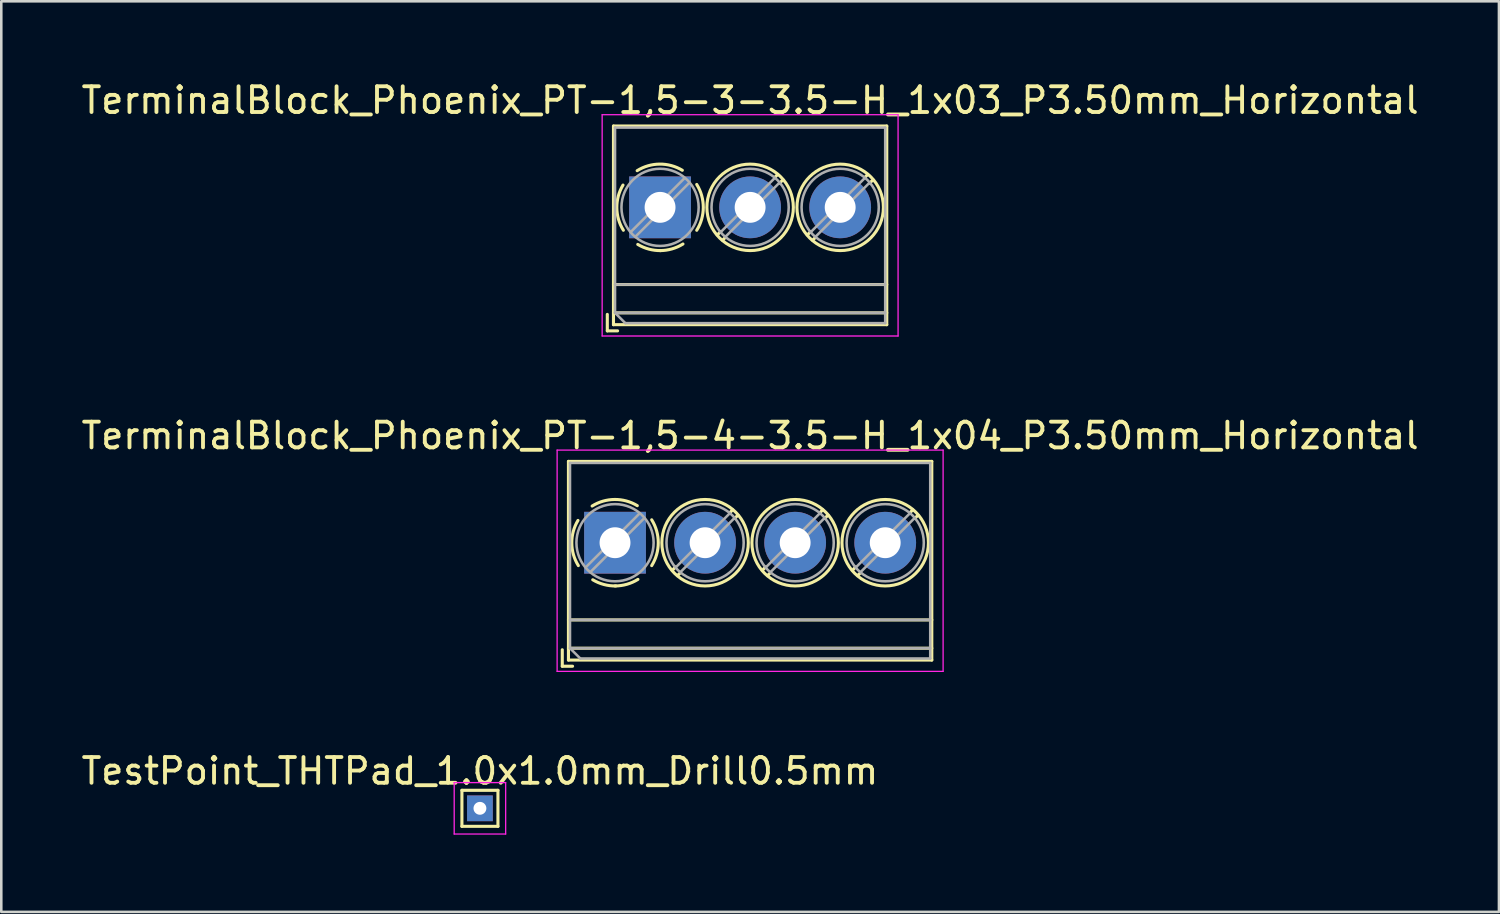
<source format=kicad_pcb>
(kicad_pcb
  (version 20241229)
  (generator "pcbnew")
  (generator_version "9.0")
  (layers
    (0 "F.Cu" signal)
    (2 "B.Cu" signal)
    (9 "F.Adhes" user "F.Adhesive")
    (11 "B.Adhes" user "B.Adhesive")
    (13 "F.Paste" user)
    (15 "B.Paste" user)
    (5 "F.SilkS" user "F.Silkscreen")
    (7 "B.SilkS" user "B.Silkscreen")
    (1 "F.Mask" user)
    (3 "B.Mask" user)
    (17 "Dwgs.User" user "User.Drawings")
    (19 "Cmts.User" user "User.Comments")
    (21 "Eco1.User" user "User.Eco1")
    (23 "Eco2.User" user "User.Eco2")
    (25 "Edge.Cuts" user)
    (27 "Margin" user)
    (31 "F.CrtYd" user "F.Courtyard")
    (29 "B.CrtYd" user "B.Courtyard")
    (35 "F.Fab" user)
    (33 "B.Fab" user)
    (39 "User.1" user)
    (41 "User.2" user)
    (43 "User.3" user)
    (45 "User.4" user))
  (footprint "TerminalBlock_Phoenix_PT-1,5-4-3.5-H_1x04_P3.50mm_Horizontal"
    (layer "F.Cu")
    (at 20.851 18.041)
    (property "Reference" "TerminalBlock_Phoenix_PT-1,5-4-3.5-H_1x04_P3.50mm_Horizontal" (at 5.25 -4.16 0) (layer "F.SilkS") (effects (font (size 1 1) (thickness 0.15))))
    (attr through_hole)
    (fp_line (start -2.05 4.16) (end -2.05 4.8) (stroke (width 0.12) (type solid)) (layer "F.SilkS"))
    (fp_line (start -2.05 4.8) (end -1.65 4.8) (stroke (width 0.12) (type solid)) (layer "F.SilkS"))
    (fp_line (start -1.81 -3.16) (end -1.81 4.56) (stroke (width 0.12) (type solid)) (layer "F.SilkS"))
    (fp_line (start -1.81 -3.16) (end 12.31 -3.16) (stroke (width 0.12) (type solid)) (layer "F.SilkS"))
    (fp_line (start -1.81 3) (end 12.31 3) (stroke (width 0.12) (type solid)) (layer "F.SilkS"))
    (fp_line (start -1.81 4.1) (end 12.31 4.1) (stroke (width 0.12) (type solid)) (layer "F.SilkS"))
    (fp_line (start -1.81 4.56) (end 12.31 4.56) (stroke (width 0.12) (type solid)) (layer "F.SilkS"))
    (fp_line (start 2.355 0.941) (end 2.226 1.069) (stroke (width 0.12) (type solid)) (layer "F.SilkS"))
    (fp_line (start 2.525 1.181) (end 2.431 1.274) (stroke (width 0.12) (type solid)) (layer "F.SilkS"))
    (fp_line (start 4.57 -1.275) (end 4.476 -1.181) (stroke (width 0.12) (type solid)) (layer "F.SilkS"))
    (fp_line (start 4.775 -1.069) (end 4.646 -0.941) (stroke (width 0.12) (type solid)) (layer "F.SilkS"))
    (fp_line (start 5.855 0.941) (end 5.726 1.069) (stroke (width 0.12) (type solid)) (layer "F.SilkS"))
    (fp_line (start 6.025 1.181) (end 5.931 1.274) (stroke (width 0.12) (type solid)) (layer "F.SilkS"))
    (fp_line (start 8.07 -1.275) (end 7.976 -1.181) (stroke (width 0.12) (type solid)) (layer "F.SilkS"))
    (fp_line (start 8.275 -1.069) (end 8.146 -0.941) (stroke (width 0.12) (type solid)) (layer "F.SilkS"))
    (fp_line (start 9.355 0.941) (end 9.226 1.069) (stroke (width 0.12) (type solid)) (layer "F.SilkS"))
    (fp_line (start 9.525 1.181) (end 9.431 1.274) (stroke (width 0.12) (type solid)) (layer "F.SilkS"))
    (fp_line (start 11.57 -1.275) (end 11.476 -1.181) (stroke (width 0.12) (type solid)) (layer "F.SilkS"))
    (fp_line (start 11.775 -1.069) (end 11.646 -0.941) (stroke (width 0.12) (type solid)) (layer "F.SilkS"))
    (fp_line (start 12.31 -3.16) (end 12.31 4.56) (stroke (width 0.12) (type solid)) (layer "F.SilkS"))
    (fp_arc (start -1.425358 0.889894) (mid -1.680286 0.014012) (end -1.44 -0.866) (stroke (width 0.12) (type solid)) (layer "F.SilkS"))
    (fp_arc (start -0.889894 -1.425358) (mid -0.014012 -1.680286) (end 0.866 -1.44) (stroke (width 0.12) (type solid)) (layer "F.SilkS"))
    (fp_arc (start 0.028674 1.680099) (mid -0.435535 1.622918) (end -0.866 1.44) (stroke (width 0.12) (type solid)) (layer "F.SilkS"))
    (fp_arc (start 0.890264 1.424721) (mid 0.463071 1.61492) (end 0 1.68) (stroke (width 0.12) (type solid)) (layer "F.SilkS"))
    (fp_arc (start 1.425504 -0.890193) (mid 1.680626 0.000476) (end 1.425 0.891) (stroke (width 0.12) (type solid)) (layer "F.SilkS"))
    (fp_circle (center 3.5 0) (end 5.18 0) (stroke (width 0.12) (type solid)) (fill no) (layer "F.SilkS"))
    (fp_circle (center 7 0) (end 8.68 0) (stroke (width 0.12) (type solid)) (fill no) (layer "F.SilkS"))
    (fp_circle (center 10.5 0) (end 12.18 0) (stroke (width 0.12) (type solid)) (fill no) (layer "F.SilkS"))
    (fp_line (start -2.25 -3.6) (end -2.25 5) (stroke (width 0.05) (type solid)) (layer "F.CrtYd"))
    (fp_line (start -2.25 5) (end 12.75 5) (stroke (width 0.05) (type solid)) (layer "F.CrtYd"))
    (fp_line (start 12.75 -3.6) (end -2.25 -3.6) (stroke (width 0.05) (type solid)) (layer "F.CrtYd"))
    (fp_line (start 12.75 5) (end 12.75 -3.6) (stroke (width 0.05) (type solid)) (layer "F.CrtYd"))
    (fp_line (start -1.75 -3.1) (end 12.25 -3.1) (stroke (width 0.1) (type solid)) (layer "F.Fab"))
    (fp_line (start -1.75 3) (end 12.25 3) (stroke (width 0.1) (type solid)) (layer "F.Fab"))
    (fp_line (start -1.75 4.1) (end -1.75 -3.1) (stroke (width 0.1) (type solid)) (layer "F.Fab"))
    (fp_line (start -1.75 4.1) (end 12.25 4.1) (stroke (width 0.1) (type solid)) (layer "F.Fab"))
    (fp_line (start -1.35 4.5) (end -1.75 4.1) (stroke (width 0.1) (type solid)) (layer "F.Fab"))
    (fp_line (start 0.955 -1.138) (end -1.138 0.955) (stroke (width 0.1) (type solid)) (layer "F.Fab"))
    (fp_line (start 1.138 -0.955) (end -0.955 1.138) (stroke (width 0.1) (type solid)) (layer "F.Fab"))
    (fp_line (start 4.455 -1.138) (end 2.363 0.955) (stroke (width 0.1) (type solid)) (layer "F.Fab"))
    (fp_line (start 4.638 -0.955) (end 2.546 1.138) (stroke (width 0.1) (type solid)) (layer "F.Fab"))
    (fp_line (start 7.955 -1.138) (end 5.863 0.955) (stroke (width 0.1) (type solid)) (layer "F.Fab"))
    (fp_line (start 8.138 -0.955) (end 6.046 1.138) (stroke (width 0.1) (type solid)) (layer "F.Fab"))
    (fp_line (start 11.455 -1.138) (end 9.363 0.955) (stroke (width 0.1) (type solid)) (layer "F.Fab"))
    (fp_line (start 11.638 -0.955) (end 9.546 1.138) (stroke (width 0.1) (type solid)) (layer "F.Fab"))
    (fp_line (start 12.25 -3.1) (end 12.25 4.5) (stroke (width 0.1) (type solid)) (layer "F.Fab"))
    (fp_line (start 12.25 4.5) (end -1.35 4.5) (stroke (width 0.1) (type solid)) (layer "F.Fab"))
    (fp_circle (center 0 0) (end 1.5 0) (stroke (width 0.1) (type solid)) (fill no) (layer "F.Fab"))
    (fp_circle (center 3.5 0) (end 5 0) (stroke (width 0.1) (type solid)) (fill no) (layer "F.Fab"))
    (fp_circle (center 7 0) (end 8.5 0) (stroke (width 0.1) (type solid)) (fill no) (layer "F.Fab"))
    (fp_circle (center 10.5 0) (end 12 0) (stroke (width 0.1) (type solid)) (fill no) (layer "F.Fab"))
    (pad "1" thru_hole rect (at 0 0) (size 2.4 2.4) (drill 1.2) (layers "*.Cu" "*.Mask"))
    (pad "2" thru_hole circle (at 3.5 0) (size 2.4 2.4) (drill 1.2) (layers "*.Cu" "*.Mask"))
    (pad "3" thru_hole circle (at 7 0) (size 2.4 2.4) (drill 1.2) (layers "*.Cu" "*.Mask"))
    (pad "4" thru_hole circle (at 10.5 0) (size 2.4 2.4) (drill 1.2) (layers "*.Cu" "*.Mask")))
  (footprint "TestPoint_THTPad_1.0x1.0mm_Drill0.5mm"
    (layer "F.Cu")
    (at 15.601 28.363)
    (property "Reference" "TestPoint_THTPad_1.0x1.0mm_Drill0.5mm" (at 0 -1.448 0) (layer "F.SilkS") (effects (font (size 1 1) (thickness 0.15))))
    (attr exclude_from_pos_files exclude_from_bom)
    (fp_line (start -0.7 -0.7) (end 0.7 -0.7) (stroke (width 0.12) (type solid)) (layer "F.SilkS"))
    (fp_line (start -0.7 0.7) (end -0.7 -0.7) (stroke (width 0.12) (type solid)) (layer "F.SilkS"))
    (fp_line (start 0.7 -0.7) (end 0.7 0.7) (stroke (width 0.12) (type solid)) (layer "F.SilkS"))
    (fp_line (start 0.7 0.7) (end -0.7 0.7) (stroke (width 0.12) (type solid)) (layer "F.SilkS"))
    (fp_line (start -1 -1) (end -1 1) (stroke (width 0.05) (type solid)) (layer "F.CrtYd"))
    (fp_line (start -1 -1) (end 1 -1) (stroke (width 0.05) (type solid)) (layer "F.CrtYd"))
    (fp_line (start 1 1) (end -1 1) (stroke (width 0.05) (type solid)) (layer "F.CrtYd"))
    (fp_line (start 1 1) (end 1 -1) (stroke (width 0.05) (type solid)) (layer "F.CrtYd"))
    (pad "1" thru_hole rect (at 0 0) (size 1 1) (drill 0.5) (layers "*.Cu" "*.Mask")))
  (footprint "TerminalBlock_Phoenix_PT-1,5-3-3.5-H_1x03_P3.50mm_Horizontal"
    (layer "F.Cu")
    (at 22.601 5.008)
    (property "Reference" "TerminalBlock_Phoenix_PT-1,5-3-3.5-H_1x03_P3.50mm_Horizontal" (at 3.5 -4.16 180) (layer "F.SilkS") (effects (font (size 1 1) (thickness 0.15))))
    (attr through_hole)
    (fp_line (start -2.05 4.16) (end -2.05 4.8) (stroke (width 0.12) (type solid)) (layer "F.SilkS"))
    (fp_line (start -2.05 4.8) (end -1.65 4.8) (stroke (width 0.12) (type solid)) (layer "F.SilkS"))
    (fp_line (start -1.81 -3.16) (end -1.81 4.56) (stroke (width 0.12) (type solid)) (layer "F.SilkS"))
    (fp_line (start -1.81 -3.16) (end 8.81 -3.16) (stroke (width 0.12) (type solid)) (layer "F.SilkS"))
    (fp_line (start -1.81 3) (end 8.81 3) (stroke (width 0.12) (type solid)) (layer "F.SilkS"))
    (fp_line (start -1.81 4.1) (end 8.81 4.1) (stroke (width 0.12) (type solid)) (layer "F.SilkS"))
    (fp_line (start -1.81 4.56) (end 8.81 4.56) (stroke (width 0.12) (type solid)) (layer "F.SilkS"))
    (fp_line (start 2.355 0.941) (end 2.226 1.069) (stroke (width 0.12) (type solid)) (layer "F.SilkS"))
    (fp_line (start 2.525 1.181) (end 2.431 1.274) (stroke (width 0.12) (type solid)) (layer "F.SilkS"))
    (fp_line (start 4.57 -1.275) (end 4.476 -1.181) (stroke (width 0.12) (type solid)) (layer "F.SilkS"))
    (fp_line (start 4.775 -1.069) (end 4.646 -0.941) (stroke (width 0.12) (type solid)) (layer "F.SilkS"))
    (fp_line (start 5.855 0.941) (end 5.726 1.069) (stroke (width 0.12) (type solid)) (layer "F.SilkS"))
    (fp_line (start 6.025 1.181) (end 5.931 1.274) (stroke (width 0.12) (type solid)) (layer "F.SilkS"))
    (fp_line (start 8.07 -1.275) (end 7.976 -1.181) (stroke (width 0.12) (type solid)) (layer "F.SilkS"))
    (fp_line (start 8.275 -1.069) (end 8.146 -0.941) (stroke (width 0.12) (type solid)) (layer "F.SilkS"))
    (fp_line (start 8.81 -3.16) (end 8.81 4.56) (stroke (width 0.12) (type solid)) (layer "F.SilkS"))
    (fp_arc (start -1.425358 0.889894) (mid -1.680286 0.014012) (end -1.44 -0.866) (stroke (width 0.12) (type solid)) (layer "F.SilkS"))
    (fp_arc (start -0.889894 -1.425358) (mid -0.014012 -1.680286) (end 0.866 -1.44) (stroke (width 0.12) (type solid)) (layer "F.SilkS"))
    (fp_arc (start 0.028674 1.680099) (mid -0.435535 1.622918) (end -0.866 1.44) (stroke (width 0.12) (type solid)) (layer "F.SilkS"))
    (fp_arc (start 0.890264 1.424721) (mid 0.463071 1.61492) (end 0 1.68) (stroke (width 0.12) (type solid)) (layer "F.SilkS"))
    (fp_arc (start 1.425504 -0.890193) (mid 1.680626 0.000476) (end 1.425 0.891) (stroke (width 0.12) (type solid)) (layer "F.SilkS"))
    (fp_circle (center 3.5 0) (end 5.18 0) (stroke (width 0.12) (type solid)) (fill no) (layer "F.SilkS"))
    (fp_circle (center 7 0) (end 8.68 0) (stroke (width 0.12) (type solid)) (fill no) (layer "F.SilkS"))
    (fp_line (start -2.25 -3.6) (end -2.25 5) (stroke (width 0.05) (type solid)) (layer "F.CrtYd"))
    (fp_line (start -2.25 5) (end 9.25 5) (stroke (width 0.05) (type solid)) (layer "F.CrtYd"))
    (fp_line (start 9.25 -3.6) (end -2.25 -3.6) (stroke (width 0.05) (type solid)) (layer "F.CrtYd"))
    (fp_line (start 9.25 5) (end 9.25 -3.6) (stroke (width 0.05) (type solid)) (layer "F.CrtYd"))
    (fp_line (start -1.75 -3.1) (end 8.75 -3.1) (stroke (width 0.1) (type solid)) (layer "F.Fab"))
    (fp_line (start -1.75 3) (end 8.75 3) (stroke (width 0.1) (type solid)) (layer "F.Fab"))
    (fp_line (start -1.75 4.1) (end -1.75 -3.1) (stroke (width 0.1) (type solid)) (layer "F.Fab"))
    (fp_line (start -1.75 4.1) (end 8.75 4.1) (stroke (width 0.1) (type solid)) (layer "F.Fab"))
    (fp_line (start -1.35 4.5) (end -1.75 4.1) (stroke (width 0.1) (type solid)) (layer "F.Fab"))
    (fp_line (start 0.955 -1.138) (end -1.138 0.955) (stroke (width 0.1) (type solid)) (layer "F.Fab"))
    (fp_line (start 1.138 -0.955) (end -0.955 1.138) (stroke (width 0.1) (type solid)) (layer "F.Fab"))
    (fp_line (start 4.455 -1.138) (end 2.363 0.955) (stroke (width 0.1) (type solid)) (layer "F.Fab"))
    (fp_line (start 4.638 -0.955) (end 2.546 1.138) (stroke (width 0.1) (type solid)) (layer "F.Fab"))
    (fp_line (start 7.955 -1.138) (end 5.863 0.955) (stroke (width 0.1) (type solid)) (layer "F.Fab"))
    (fp_line (start 8.138 -0.955) (end 6.046 1.138) (stroke (width 0.1) (type solid)) (layer "F.Fab"))
    (fp_line (start 8.75 -3.1) (end 8.75 4.5) (stroke (width 0.1) (type solid)) (layer "F.Fab"))
    (fp_line (start 8.75 4.5) (end -1.35 4.5) (stroke (width 0.1) (type solid)) (layer "F.Fab"))
    (fp_circle (center 0 0) (end 1.5 0) (stroke (width 0.1) (type solid)) (fill no) (layer "F.Fab"))
    (fp_circle (center 3.5 0) (end 5 0) (stroke (width 0.1) (type solid)) (fill no) (layer "F.Fab"))
    (fp_circle (center 7 0) (end 8.5 0) (stroke (width 0.1) (type solid)) (fill no) (layer "F.Fab"))
    (pad "1" thru_hole rect (at 0 0) (size 2.4 2.4) (drill 1.2) (layers "*.Cu" "*.Mask"))
    (pad "2" thru_hole circle (at 3.5 0) (size 2.4 2.4) (drill 1.2) (layers "*.Cu" "*.Mask"))
    (pad "3" thru_hole circle (at 7 0) (size 2.4 2.4) (drill 1.2) (layers "*.Cu" "*.Mask")))
  (gr_rect
    (start -3 -3)
    (end 55.202 32.388)
    (stroke (width 0.1) (type default))
    (fill no)
    (layer "Edge.Cuts")))
</source>
